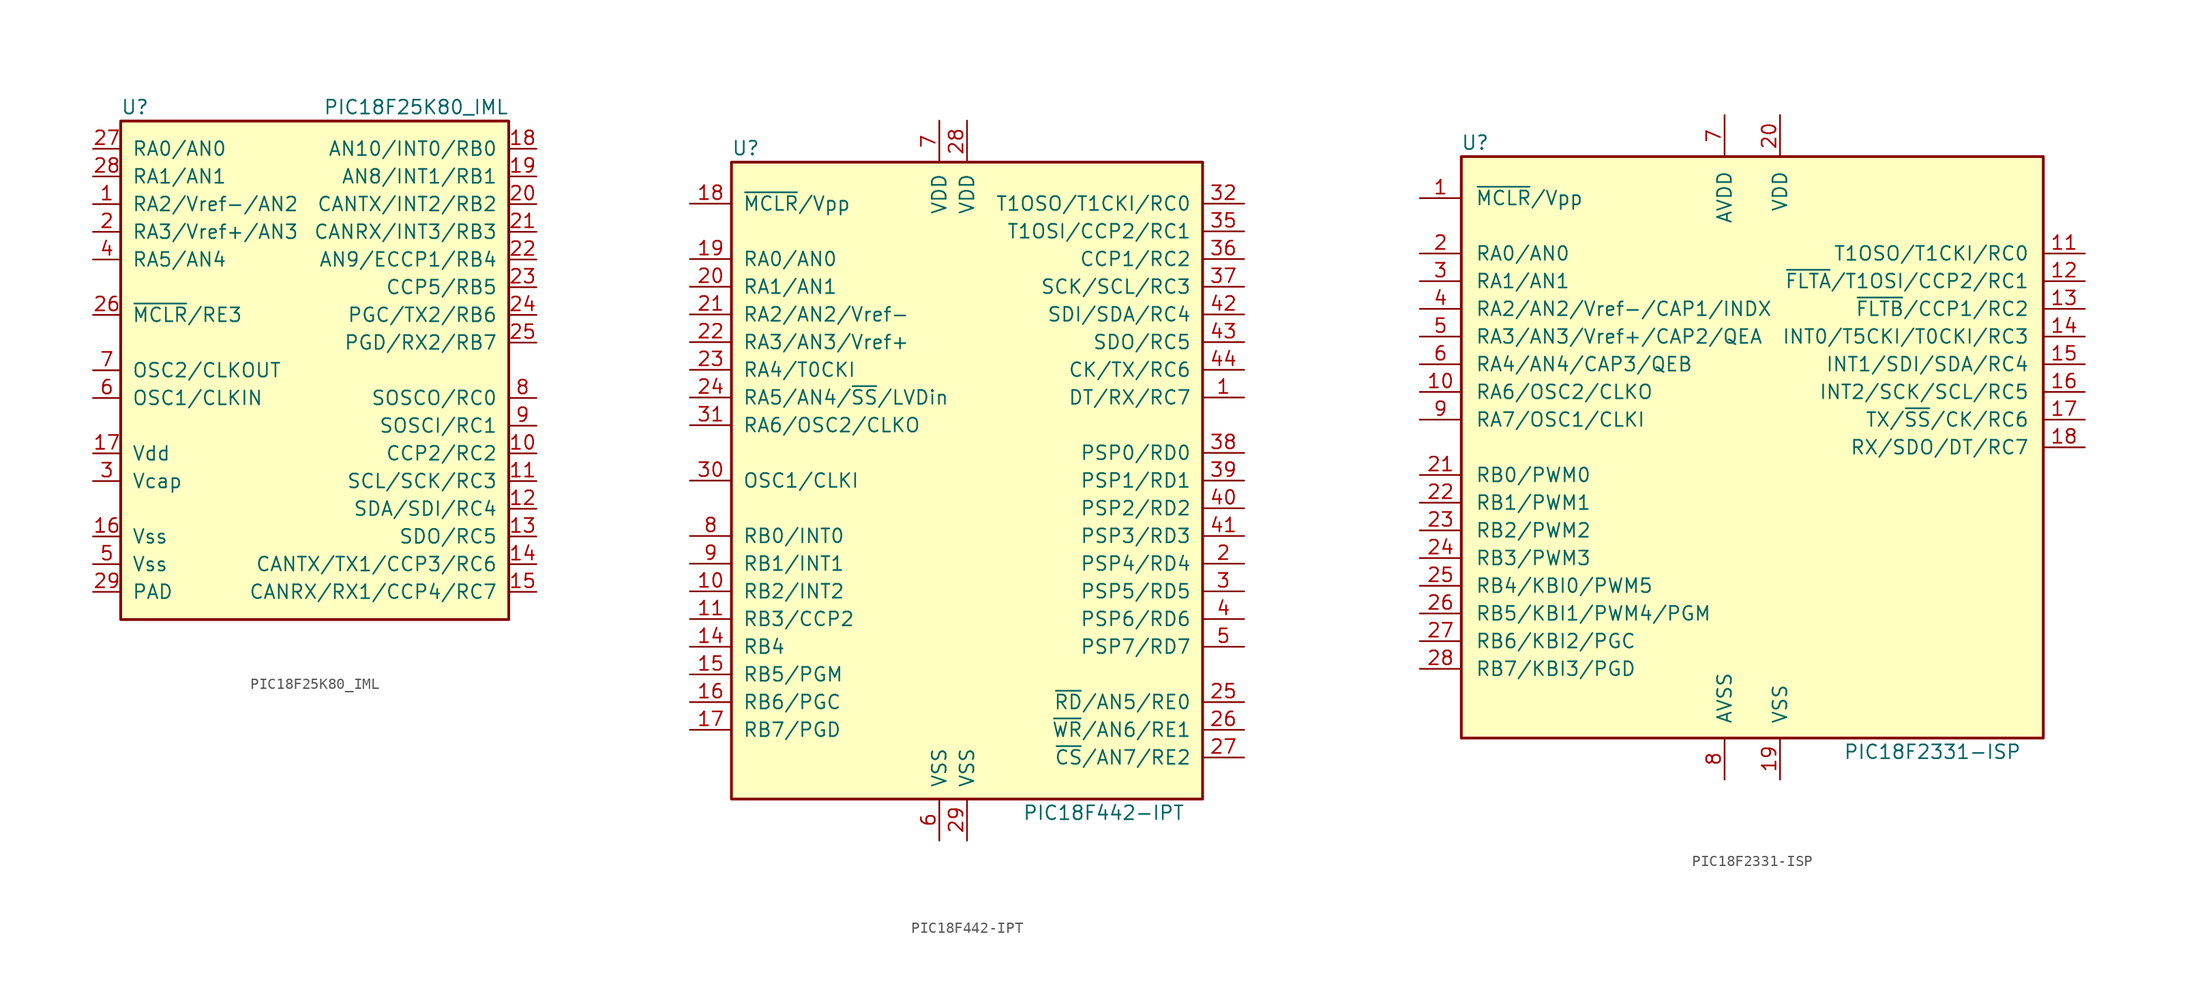
<source format=kicad_sym>
(kicad_symbol_lib
  (version 20231120)
  (generator "kicad_symbol_editor")
  (generator_version "8.0")
  (symbol "PIC18F25K80_IML"
    (pin_names
      (offset 1.016))
    (property "Reference" "U"
      (at -17.78 24.13 0)
      (effects (font (size 1.27 1.27)) (justify left)))
    (property "Value" "PIC18F25K80_IML"
      (at 17.78 24.13 0)
      (effects (font (size 1.27 1.27)) (justify right)))
    (symbol "PIC18F25K80_IML_0_1"
      (rectangle (start -17.78 22.86) (end 17.78 -22.86) (stroke (width 0.254) (type default)) (fill (type background))))
    (symbol "PIC18F25K80_IML_1_1"
      (pin bidirectional line (at -20.32 15.24 0) (length 2.54) (name "RA2/Vref-/AN2" (effects (font (size 1.27 1.27)))) (number "1" (effects (font (size 1.27 1.27)))))
      (pin bidirectional line (at 20.32 -7.62 180) (length 2.54) (name "CCP2/RC2" (effects (font (size 1.27 1.27)))) (number "10" (effects (font (size 1.27 1.27)))))
      (pin bidirectional line (at 20.32 -10.16 180) (length 2.54) (name "SCL/SCK/RC3" (effects (font (size 1.27 1.27)))) (number "11" (effects (font (size 1.27 1.27)))))
      (pin bidirectional line (at 20.32 -12.7 180) (length 2.54) (name "SDA/SDI/RC4" (effects (font (size 1.27 1.27)))) (number "12" (effects (font (size 1.27 1.27)))))
      (pin bidirectional line (at 20.32 -15.24 180) (length 2.54) (name "SDO/RC5" (effects (font (size 1.27 1.27)))) (number "13" (effects (font (size 1.27 1.27)))))
      (pin bidirectional line (at 20.32 -17.78 180) (length 2.54) (name "CANTX/TX1/CCP3/RC6" (effects (font (size 1.27 1.27)))) (number "14" (effects (font (size 1.27 1.27)))))
      (pin bidirectional line (at 20.32 -20.32 180) (length 2.54) (name "CANRX/RX1/CCP4/RC7" (effects (font (size 1.27 1.27)))) (number "15" (effects (font (size 1.27 1.27)))))
      (pin power_in line (at -20.32 -15.24 0) (length 2.54) (name "Vss" (effects (font (size 1.27 1.27)))) (number "16" (effects (font (size 1.27 1.27)))))
      (pin power_in line (at -20.32 -7.62 0) (length 2.54) (name "Vdd" (effects (font (size 1.27 1.27)))) (number "17" (effects (font (size 1.27 1.27)))))
      (pin bidirectional line (at 20.32 20.32 180) (length 2.54) (name "AN10/INT0/RB0" (effects (font (size 1.27 1.27)))) (number "18" (effects (font (size 1.27 1.27)))))
      (pin bidirectional line (at 20.32 17.78 180) (length 2.54) (name "AN8/INT1/RB1" (effects (font (size 1.27 1.27)))) (number "19" (effects (font (size 1.27 1.27)))))
      (pin bidirectional line (at -20.32 12.7 0) (length 2.54) (name "RA3/Vref+/AN3" (effects (font (size 1.27 1.27)))) (number "2" (effects (font (size 1.27 1.27)))))
      (pin bidirectional line (at 20.32 15.24 180) (length 2.54) (name "CANTX/INT2/RB2" (effects (font (size 1.27 1.27)))) (number "20" (effects (font (size 1.27 1.27)))))
      (pin bidirectional line (at 20.32 12.7 180) (length 2.54) (name "CANRX/INT3/RB3" (effects (font (size 1.27 1.27)))) (number "21" (effects (font (size 1.27 1.27)))))
      (pin bidirectional line (at 20.32 10.16 180) (length 2.54) (name "AN9/ECCP1/RB4" (effects (font (size 1.27 1.27)))) (number "22" (effects (font (size 1.27 1.27)))))
      (pin bidirectional line (at 20.32 7.62 180) (length 2.54) (name "CCP5/RB5" (effects (font (size 1.27 1.27)))) (number "23" (effects (font (size 1.27 1.27)))))
      (pin bidirectional line (at 20.32 5.08 180) (length 2.54) (name "PGC/TX2/RB6" (effects (font (size 1.27 1.27)))) (number "24" (effects (font (size 1.27 1.27)))))
      (pin bidirectional line (at 20.32 2.54 180) (length 2.54) (name "PGD/RX2/RB7" (effects (font (size 1.27 1.27)))) (number "25" (effects (font (size 1.27 1.27)))))
      (pin bidirectional line (at -20.32 5.08 0) (length 2.54) (name "~{MCLR}/RE3" (effects (font (size 1.27 1.27)))) (number "26" (effects (font (size 1.27 1.27)))))
      (pin bidirectional line (at -20.32 20.32 0) (length 2.54) (name "RA0/AN0" (effects (font (size 1.27 1.27)))) (number "27" (effects (font (size 1.27 1.27)))))
      (pin bidirectional line (at -20.32 17.78 0) (length 2.54) (name "RA1/AN1" (effects (font (size 1.27 1.27)))) (number "28" (effects (font (size 1.27 1.27)))))
      (pin power_in line (at -20.32 -20.32 0) (length 2.54) (name "PAD" (effects (font (size 1.27 1.27)))) (number "29" (effects (font (size 1.27 1.27)))))
      (pin power_in line (at -20.32 -10.16 0) (length 2.54) (name "Vcap" (effects (font (size 1.27 1.27)))) (number "3" (effects (font (size 1.27 1.27)))))
      (pin bidirectional line (at -20.32 10.16 0) (length 2.54) (name "RA5/AN4" (effects (font (size 1.27 1.27)))) (number "4" (effects (font (size 1.27 1.27)))))
      (pin power_in line (at -20.32 -17.78 0) (length 2.54) (name "Vss" (effects (font (size 1.27 1.27)))) (number "5" (effects (font (size 1.27 1.27)))))
      (pin input line (at -20.32 -2.54 0) (length 2.54) (name "OSC1/CLKIN" (effects (font (size 1.27 1.27)))) (number "6" (effects (font (size 1.27 1.27)))))
      (pin input line (at -20.32 0 0) (length 2.54) (name "OSC2/CLKOUT" (effects (font (size 1.27 1.27)))) (number "7" (effects (font (size 1.27 1.27)))))
      (pin bidirectional line (at 20.32 -2.54 180) (length 2.54) (name "SOSCO/RC0" (effects (font (size 1.27 1.27)))) (number "8" (effects (font (size 1.27 1.27)))))
      (pin bidirectional line (at 20.32 -5.08 180) (length 2.54) (name "SOSCI/RC1" (effects (font (size 1.27 1.27)))) (number "9" (effects (font (size 1.27 1.27)))))))
  (symbol "PIC18F442-IPT"
    (pin_names
      (offset 1.016))
    (property "Reference" "U"
      (at -21.59 30.48 0)
      (effects (font (size 1.27 1.27)) (justify left)))
    (property "Value" "PIC18F442-IPT"
      (at 5.08 -30.48 0)
      (effects (font (size 1.27 1.27)) (justify left)))
    (symbol "PIC18F442-IPT_0_1"
      (rectangle (start 21.59 -29.21) (end -21.59 29.21) (stroke (width 0.254) (type default)) (fill (type background))))
    (symbol "PIC18F442-IPT_1_1"
      (pin bidirectional line (at 25.4 7.62 180) (length 3.81) (name "DT/RX/RC7" (effects (font (size 1.27 1.27)))) (number "1" (effects (font (size 1.27 1.27)))))
      (pin bidirectional line (at -25.4 -10.16 0) (length 3.81) (name "RB2/INT2" (effects (font (size 1.27 1.27)))) (number "10" (effects (font (size 1.27 1.27)))))
      (pin bidirectional line (at -25.4 -12.7 0) (length 3.81) (name "RB3/CCP2" (effects (font (size 1.27 1.27)))) (number "11" (effects (font (size 1.27 1.27)))))
      (pin no_connect line (at -15.24 -29.21 90) (length 3.81) hide (name "NC" (effects (font (size 1.27 1.27)))) (number "12" (effects (font (size 1.27 1.27)))))
      (pin no_connect line (at -12.7 -29.21 90) (length 3.81) hide (name "NC" (effects (font (size 1.27 1.27)))) (number "13" (effects (font (size 1.27 1.27)))))
      (pin bidirectional line (at -25.4 -15.24 0) (length 3.81) (name "RB4" (effects (font (size 1.27 1.27)))) (number "14" (effects (font (size 1.27 1.27)))))
      (pin bidirectional line (at -25.4 -17.78 0) (length 3.81) (name "RB5/PGM" (effects (font (size 1.27 1.27)))) (number "15" (effects (font (size 1.27 1.27)))))
      (pin bidirectional line (at -25.4 -20.32 0) (length 3.81) (name "RB6/PGC" (effects (font (size 1.27 1.27)))) (number "16" (effects (font (size 1.27 1.27)))))
      (pin bidirectional line (at -25.4 -22.86 0) (length 3.81) (name "RB7/PGD" (effects (font (size 1.27 1.27)))) (number "17" (effects (font (size 1.27 1.27)))))
      (pin input line (at -25.4 25.4 0) (length 3.81) (name "~{MCLR}/Vpp" (effects (font (size 1.27 1.27)))) (number "18" (effects (font (size 1.27 1.27)))))
      (pin bidirectional line (at -25.4 20.32 0) (length 3.81) (name "RA0/AN0" (effects (font (size 1.27 1.27)))) (number "19" (effects (font (size 1.27 1.27)))))
      (pin bidirectional line (at 25.4 -7.62 180) (length 3.81) (name "PSP4/RD4" (effects (font (size 1.27 1.27)))) (number "2" (effects (font (size 1.27 1.27)))))
      (pin bidirectional line (at -25.4 17.78 0) (length 3.81) (name "RA1/AN1" (effects (font (size 1.27 1.27)))) (number "20" (effects (font (size 1.27 1.27)))))
      (pin bidirectional line (at -25.4 15.24 0) (length 3.81) (name "RA2/AN2/Vref-" (effects (font (size 1.27 1.27)))) (number "21" (effects (font (size 1.27 1.27)))))
      (pin bidirectional line (at -25.4 12.7 0) (length 3.81) (name "RA3/AN3/Vref+" (effects (font (size 1.27 1.27)))) (number "22" (effects (font (size 1.27 1.27)))))
      (pin bidirectional line (at -25.4 10.16 0) (length 3.81) (name "RA4/T0CKI" (effects (font (size 1.27 1.27)))) (number "23" (effects (font (size 1.27 1.27)))))
      (pin bidirectional line (at -25.4 7.62 0) (length 3.81) (name "RA5/AN4/~{SS}/LVDin" (effects (font (size 1.27 1.27)))) (number "24" (effects (font (size 1.27 1.27)))))
      (pin bidirectional line (at 25.4 -20.32 180) (length 3.81) (name "~{RD}/AN5/RE0" (effects (font (size 1.27 1.27)))) (number "25" (effects (font (size 1.27 1.27)))))
      (pin bidirectional line (at 25.4 -22.86 180) (length 3.81) (name "~{WR}/AN6/RE1" (effects (font (size 1.27 1.27)))) (number "26" (effects (font (size 1.27 1.27)))))
      (pin bidirectional line (at 25.4 -25.4 180) (length 3.81) (name "~{CS}/AN7/RE2" (effects (font (size 1.27 1.27)))) (number "27" (effects (font (size 1.27 1.27)))))
      (pin power_in line (at 0 33.02 270) (length 3.81) (name "VDD" (effects (font (size 1.27 1.27)))) (number "28" (effects (font (size 1.27 1.27)))))
      (pin power_in line (at 0 -33.02 90) (length 3.81) (name "VSS" (effects (font (size 1.27 1.27)))) (number "29" (effects (font (size 1.27 1.27)))))
      (pin bidirectional line (at 25.4 -10.16 180) (length 3.81) (name "PSP5/RD5" (effects (font (size 1.27 1.27)))) (number "3" (effects (font (size 1.27 1.27)))))
      (pin input line (at -25.4 0 0) (length 3.81) (name "OSC1/CLKI" (effects (font (size 1.27 1.27)))) (number "30" (effects (font (size 1.27 1.27)))))
      (pin bidirectional line (at -25.4 5.08 0) (length 3.81) (name "RA6/OSC2/CLKO" (effects (font (size 1.27 1.27)))) (number "31" (effects (font (size 1.27 1.27)))))
      (pin bidirectional line (at 25.4 25.4 180) (length 3.81) (name "T1OSO/T1CKI/RC0" (effects (font (size 1.27 1.27)))) (number "32" (effects (font (size 1.27 1.27)))))
      (pin no_connect line (at -10.16 -29.21 90) (length 3.81) hide (name "NC" (effects (font (size 1.27 1.27)))) (number "33" (effects (font (size 1.27 1.27)))))
      (pin no_connect line (at -7.62 -29.21 90) (length 3.81) hide (name "NC" (effects (font (size 1.27 1.27)))) (number "34" (effects (font (size 1.27 1.27)))))
      (pin bidirectional line (at 25.4 22.86 180) (length 3.81) (name "T1OSI/CCP2/RC1" (effects (font (size 1.27 1.27)))) (number "35" (effects (font (size 1.27 1.27)))))
      (pin bidirectional line (at 25.4 20.32 180) (length 3.81) (name "CCP1/RC2" (effects (font (size 1.27 1.27)))) (number "36" (effects (font (size 1.27 1.27)))))
      (pin bidirectional line (at 25.4 17.78 180) (length 3.81) (name "SCK/SCL/RC3" (effects (font (size 1.27 1.27)))) (number "37" (effects (font (size 1.27 1.27)))))
      (pin bidirectional line (at 25.4 2.54 180) (length 3.81) (name "PSP0/RD0" (effects (font (size 1.27 1.27)))) (number "38" (effects (font (size 1.27 1.27)))))
      (pin bidirectional line (at 25.4 0 180) (length 3.81) (name "PSP1/RD1" (effects (font (size 1.27 1.27)))) (number "39" (effects (font (size 1.27 1.27)))))
      (pin bidirectional line (at 25.4 -12.7 180) (length 3.81) (name "PSP6/RD6" (effects (font (size 1.27 1.27)))) (number "4" (effects (font (size 1.27 1.27)))))
      (pin bidirectional line (at 25.4 -2.54 180) (length 3.81) (name "PSP2/RD2" (effects (font (size 1.27 1.27)))) (number "40" (effects (font (size 1.27 1.27)))))
      (pin bidirectional line (at 25.4 -5.08 180) (length 3.81) (name "PSP3/RD3" (effects (font (size 1.27 1.27)))) (number "41" (effects (font (size 1.27 1.27)))))
      (pin bidirectional line (at 25.4 15.24 180) (length 3.81) (name "SDI/SDA/RC4" (effects (font (size 1.27 1.27)))) (number "42" (effects (font (size 1.27 1.27)))))
      (pin bidirectional line (at 25.4 12.7 180) (length 3.81) (name "SDO/RC5" (effects (font (size 1.27 1.27)))) (number "43" (effects (font (size 1.27 1.27)))))
      (pin bidirectional line (at 25.4 10.16 180) (length 3.81) (name "CK/TX/RC6" (effects (font (size 1.27 1.27)))) (number "44" (effects (font (size 1.27 1.27)))))
      (pin bidirectional line (at 25.4 -15.24 180) (length 3.81) (name "PSP7/RD7" (effects (font (size 1.27 1.27)))) (number "5" (effects (font (size 1.27 1.27)))))
      (pin power_in line (at -2.54 -33.02 90) (length 3.81) (name "VSS" (effects (font (size 1.27 1.27)))) (number "6" (effects (font (size 1.27 1.27)))))
      (pin power_in line (at -2.54 33.02 270) (length 3.81) (name "VDD" (effects (font (size 1.27 1.27)))) (number "7" (effects (font (size 1.27 1.27)))))
      (pin bidirectional line (at -25.4 -5.08 0) (length 3.81) (name "RB0/INT0" (effects (font (size 1.27 1.27)))) (number "8" (effects (font (size 1.27 1.27)))))
      (pin bidirectional line (at -25.4 -7.62 0) (length 3.81) (name "RB1/INT1" (effects (font (size 1.27 1.27)))) (number "9" (effects (font (size 1.27 1.27)))))))
  (symbol "PIC18F2331-ISP"
    (pin_names
      (offset 1.27))
    (property "Reference" "U"
      (at -25.4 27.94 0)
      (effects (font (size 1.27 1.27))))
    (property "Value" "PIC18F2331-ISP"
      (at 16.51 -27.94 0)
      (effects (font (size 1.27 1.27))))
    (symbol "PIC18F2331-ISP_0_1"
      (rectangle (start -26.67 26.67) (end 26.67 -26.67) (stroke (width 0.254) (type default)) (fill (type background))))
    (symbol "PIC18F2331-ISP_1_1"
      (pin input line (at -30.48 22.86 0) (length 3.81) (name "~{MCLR}/Vpp" (effects (font (size 1.27 1.27)))) (number "1" (effects (font (size 1.27 1.27)))))
      (pin bidirectional line (at -30.48 5.08 0) (length 3.81) (name "RA6/OSC2/CLKO" (effects (font (size 1.27 1.27)))) (number "10" (effects (font (size 1.27 1.27)))))
      (pin bidirectional line (at 30.48 17.78 180) (length 3.81) (name "T1OSO/T1CKI/RC0" (effects (font (size 1.27 1.27)))) (number "11" (effects (font (size 1.27 1.27)))))
      (pin bidirectional line (at 30.48 15.24 180) (length 3.81) (name "~{FLTA}/T1OSI/CCP2/RC1" (effects (font (size 1.27 1.27)))) (number "12" (effects (font (size 1.27 1.27)))))
      (pin bidirectional line (at 30.48 12.7 180) (length 3.81) (name "~{FLTB}/CCP1/RC2" (effects (font (size 1.27 1.27)))) (number "13" (effects (font (size 1.27 1.27)))))
      (pin bidirectional line (at 30.48 10.16 180) (length 3.81) (name "INT0/T5CKI/T0CKI/RC3" (effects (font (size 1.27 1.27)))) (number "14" (effects (font (size 1.27 1.27)))))
      (pin bidirectional line (at 30.48 7.62 180) (length 3.81) (name "INT1/SDI/SDA/RC4" (effects (font (size 1.27 1.27)))) (number "15" (effects (font (size 1.27 1.27)))))
      (pin bidirectional line (at 30.48 5.08 180) (length 3.81) (name "INT2/SCK/SCL/RC5" (effects (font (size 1.27 1.27)))) (number "16" (effects (font (size 1.27 1.27)))))
      (pin bidirectional line (at 30.48 2.54 180) (length 3.81) (name "TX/~{SS}/CK/RC6" (effects (font (size 1.27 1.27)))) (number "17" (effects (font (size 1.27 1.27)))))
      (pin bidirectional line (at 30.48 0 180) (length 3.81) (name "RX/SDO/DT/RC7" (effects (font (size 1.27 1.27)))) (number "18" (effects (font (size 1.27 1.27)))))
      (pin power_in line (at 2.54 -30.48 90) (length 3.81) (name "VSS" (effects (font (size 1.27 1.27)))) (number "19" (effects (font (size 1.27 1.27)))))
      (pin bidirectional line (at -30.48 17.78 0) (length 3.81) (name "RA0/AN0" (effects (font (size 1.27 1.27)))) (number "2" (effects (font (size 1.27 1.27)))))
      (pin power_in line (at 2.54 30.48 270) (length 3.81) (name "VDD" (effects (font (size 1.27 1.27)))) (number "20" (effects (font (size 1.27 1.27)))))
      (pin bidirectional line (at -30.48 -2.54 0) (length 3.81) (name "RB0/PWM0" (effects (font (size 1.27 1.27)))) (number "21" (effects (font (size 1.27 1.27)))))
      (pin bidirectional line (at -30.48 -5.08 0) (length 3.81) (name "RB1/PWM1" (effects (font (size 1.27 1.27)))) (number "22" (effects (font (size 1.27 1.27)))))
      (pin bidirectional line (at -30.48 -7.62 0) (length 3.81) (name "RB2/PWM2" (effects (font (size 1.27 1.27)))) (number "23" (effects (font (size 1.27 1.27)))))
      (pin bidirectional line (at -30.48 -10.16 0) (length 3.81) (name "RB3/PWM3" (effects (font (size 1.27 1.27)))) (number "24" (effects (font (size 1.27 1.27)))))
      (pin bidirectional line (at -30.48 -12.7 0) (length 3.81) (name "RB4/KBI0/PWM5" (effects (font (size 1.27 1.27)))) (number "25" (effects (font (size 1.27 1.27)))))
      (pin bidirectional line (at -30.48 -15.24 0) (length 3.81) (name "RB5/KBI1/PWM4/PGM" (effects (font (size 1.27 1.27)))) (number "26" (effects (font (size 1.27 1.27)))))
      (pin bidirectional line (at -30.48 -17.78 0) (length 3.81) (name "RB6/KBI2/PGC" (effects (font (size 1.27 1.27)))) (number "27" (effects (font (size 1.27 1.27)))))
      (pin bidirectional line (at -30.48 -20.32 0) (length 3.81) (name "RB7/KBI3/PGD" (effects (font (size 1.27 1.27)))) (number "28" (effects (font (size 1.27 1.27)))))
      (pin bidirectional line (at -30.48 15.24 0) (length 3.81) (name "RA1/AN1" (effects (font (size 1.27 1.27)))) (number "3" (effects (font (size 1.27 1.27)))))
      (pin bidirectional line (at -30.48 12.7 0) (length 3.81) (name "RA2/AN2/Vref-/CAP1/INDX" (effects (font (size 1.27 1.27)))) (number "4" (effects (font (size 1.27 1.27)))))
      (pin bidirectional line (at -30.48 10.16 0) (length 3.81) (name "RA3/AN3/Vref+/CAP2/QEA" (effects (font (size 1.27 1.27)))) (number "5" (effects (font (size 1.27 1.27)))))
      (pin bidirectional line (at -30.48 7.62 0) (length 3.81) (name "RA4/AN4/CAP3/QEB" (effects (font (size 1.27 1.27)))) (number "6" (effects (font (size 1.27 1.27)))))
      (pin power_in line (at -2.54 30.48 270) (length 3.81) (name "AVDD" (effects (font (size 1.27 1.27)))) (number "7" (effects (font (size 1.27 1.27)))))
      (pin power_in line (at -2.54 -30.48 90) (length 3.81) (name "AVSS" (effects (font (size 1.27 1.27)))) (number "8" (effects (font (size 1.27 1.27)))))
      (pin bidirectional line (at -30.48 2.54 0) (length 3.81) (name "RA7/OSC1/CLKI" (effects (font (size 1.27 1.27)))) (number "9" (effects (font (size 1.27 1.27))))))))
</source>
